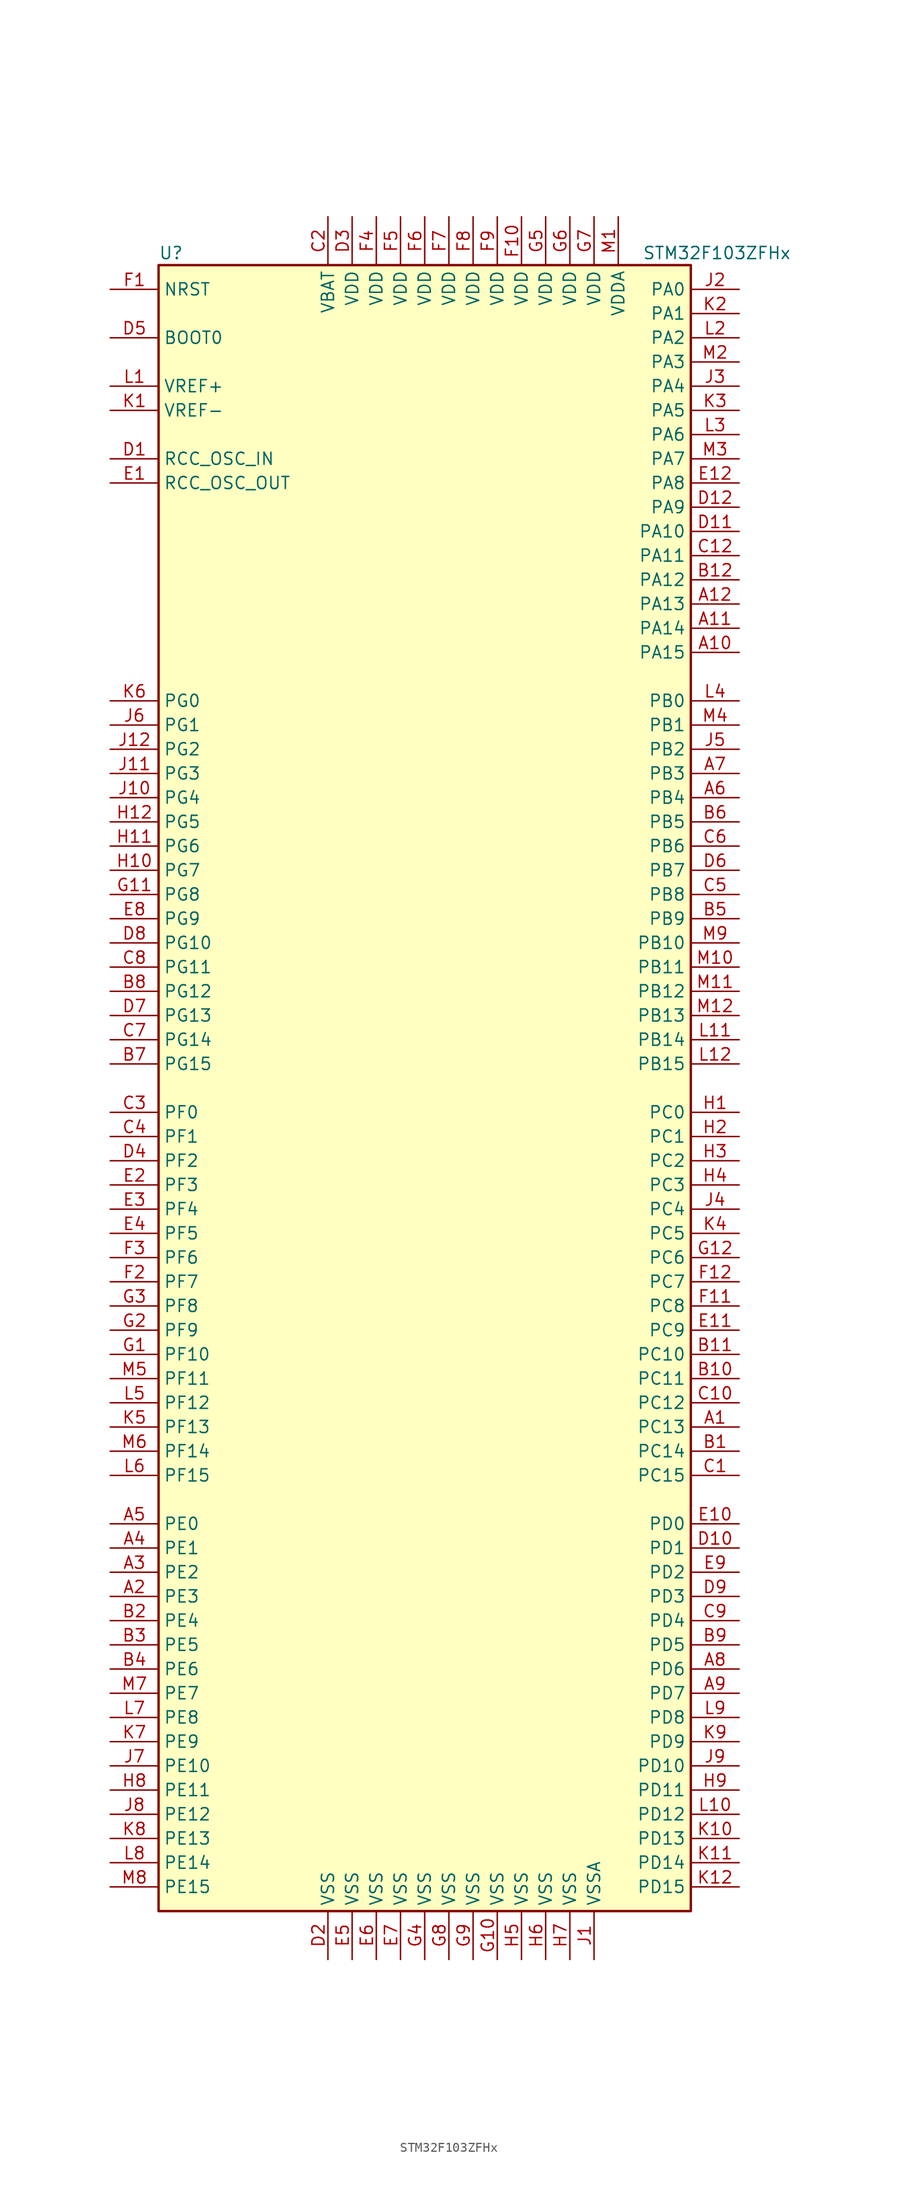
<source format=kicad_sym>
(kicad_symbol_lib
  (version 20201005)
  (generator kicad_symbol_editor)
  (symbol "STM32F103ZFHx"
    (property "Reference" "U"
      (at -27.94 87.63 0)
      (effects (font (size 1.27 1.27)) (justify left)))
    (property "Value" "STM32F103ZFHx"
      (at 22.86 87.63 0)
      (effects (font (size 1.27 1.27)) (justify left)))
    (symbol "STM32F103ZFHx_0_1"
      (rectangle (start -27.94 -86.36) (end 27.94 86.36) (stroke (width 0.254)) (fill (type background))))
    (symbol "STM32F103ZFHx_1_1"
      (pin bidirectional line (at 33.02 -35.56 180) (length 5.08) (name "PC13" (effects (font (size 1.27 1.27)))) (number "A1" (effects (font (size 1.27 1.27)))))
      (pin bidirectional line (at 33.02 45.72 180) (length 5.08) (name "PA15" (effects (font (size 1.27 1.27)))) (number "A10" (effects (font (size 1.27 1.27)))))
      (pin bidirectional line (at 33.02 48.26 180) (length 5.08) (name "PA14" (effects (font (size 1.27 1.27)))) (number "A11" (effects (font (size 1.27 1.27)))))
      (pin bidirectional line (at 33.02 50.8 180) (length 5.08) (name "PA13" (effects (font (size 1.27 1.27)))) (number "A12" (effects (font (size 1.27 1.27)))))
      (pin bidirectional line (at -33.02 -53.34 0) (length 5.08) (name "PE3" (effects (font (size 1.27 1.27)))) (number "A2" (effects (font (size 1.27 1.27)))))
      (pin bidirectional line (at -33.02 -50.8 0) (length 5.08) (name "PE2" (effects (font (size 1.27 1.27)))) (number "A3" (effects (font (size 1.27 1.27)))))
      (pin bidirectional line (at -33.02 -48.26 0) (length 5.08) (name "PE1" (effects (font (size 1.27 1.27)))) (number "A4" (effects (font (size 1.27 1.27)))))
      (pin bidirectional line (at -33.02 -45.72 0) (length 5.08) (name "PE0" (effects (font (size 1.27 1.27)))) (number "A5" (effects (font (size 1.27 1.27)))))
      (pin bidirectional line (at 33.02 30.48 180) (length 5.08) (name "PB4" (effects (font (size 1.27 1.27)))) (number "A6" (effects (font (size 1.27 1.27)))))
      (pin bidirectional line (at 33.02 33.02 180) (length 5.08) (name "PB3" (effects (font (size 1.27 1.27)))) (number "A7" (effects (font (size 1.27 1.27)))))
      (pin bidirectional line (at 33.02 -60.96 180) (length 5.08) (name "PD6" (effects (font (size 1.27 1.27)))) (number "A8" (effects (font (size 1.27 1.27)))))
      (pin bidirectional line (at 33.02 -63.5 180) (length 5.08) (name "PD7" (effects (font (size 1.27 1.27)))) (number "A9" (effects (font (size 1.27 1.27)))))
      (pin bidirectional line (at 33.02 -38.1 180) (length 5.08) (name "PC14" (effects (font (size 1.27 1.27)))) (number "B1" (effects (font (size 1.27 1.27)))))
      (pin bidirectional line (at 33.02 -30.48 180) (length 5.08) (name "PC11" (effects (font (size 1.27 1.27)))) (number "B10" (effects (font (size 1.27 1.27)))))
      (pin bidirectional line (at 33.02 -27.94 180) (length 5.08) (name "PC10" (effects (font (size 1.27 1.27)))) (number "B11" (effects (font (size 1.27 1.27)))))
      (pin bidirectional line (at 33.02 53.34 180) (length 5.08) (name "PA12" (effects (font (size 1.27 1.27)))) (number "B12" (effects (font (size 1.27 1.27)))))
      (pin bidirectional line (at -33.02 -55.88 0) (length 5.08) (name "PE4" (effects (font (size 1.27 1.27)))) (number "B2" (effects (font (size 1.27 1.27)))))
      (pin bidirectional line (at -33.02 -58.42 0) (length 5.08) (name "PE5" (effects (font (size 1.27 1.27)))) (number "B3" (effects (font (size 1.27 1.27)))))
      (pin bidirectional line (at -33.02 -60.96 0) (length 5.08) (name "PE6" (effects (font (size 1.27 1.27)))) (number "B4" (effects (font (size 1.27 1.27)))))
      (pin bidirectional line (at 33.02 17.78 180) (length 5.08) (name "PB9" (effects (font (size 1.27 1.27)))) (number "B5" (effects (font (size 1.27 1.27)))))
      (pin bidirectional line (at 33.02 27.94 180) (length 5.08) (name "PB5" (effects (font (size 1.27 1.27)))) (number "B6" (effects (font (size 1.27 1.27)))))
      (pin bidirectional line (at -33.02 2.54 0) (length 5.08) (name "PG15" (effects (font (size 1.27 1.27)))) (number "B7" (effects (font (size 1.27 1.27)))))
      (pin bidirectional line (at -33.02 10.16 0) (length 5.08) (name "PG12" (effects (font (size 1.27 1.27)))) (number "B8" (effects (font (size 1.27 1.27)))))
      (pin bidirectional line (at 33.02 -58.42 180) (length 5.08) (name "PD5" (effects (font (size 1.27 1.27)))) (number "B9" (effects (font (size 1.27 1.27)))))
      (pin bidirectional line (at 33.02 -40.64 180) (length 5.08) (name "PC15" (effects (font (size 1.27 1.27)))) (number "C1" (effects (font (size 1.27 1.27)))))
      (pin bidirectional line (at 33.02 -33.02 180) (length 5.08) (name "PC12" (effects (font (size 1.27 1.27)))) (number "C10" (effects (font (size 1.27 1.27)))))
      (pin no_connect line (at -27.94 -83.82 0) (length 5.08) hide (name "NC" (effects (font (size 1.27 1.27)))) (number "C11" (effects (font (size 1.27 1.27)))))
      (pin bidirectional line (at 33.02 55.88 180) (length 5.08) (name "PA11" (effects (font (size 1.27 1.27)))) (number "C12" (effects (font (size 1.27 1.27)))))
      (pin power_in line (at -10.16 91.44 270) (length 5.08) (name "VBAT" (effects (font (size 1.27 1.27)))) (number "C2" (effects (font (size 1.27 1.27)))))
      (pin bidirectional line (at -33.02 -2.54 0) (length 5.08) (name "PF0" (effects (font (size 1.27 1.27)))) (number "C3" (effects (font (size 1.27 1.27)))))
      (pin bidirectional line (at -33.02 -5.08 0) (length 5.08) (name "PF1" (effects (font (size 1.27 1.27)))) (number "C4" (effects (font (size 1.27 1.27)))))
      (pin bidirectional line (at 33.02 20.32 180) (length 5.08) (name "PB8" (effects (font (size 1.27 1.27)))) (number "C5" (effects (font (size 1.27 1.27)))))
      (pin bidirectional line (at 33.02 25.4 180) (length 5.08) (name "PB6" (effects (font (size 1.27 1.27)))) (number "C6" (effects (font (size 1.27 1.27)))))
      (pin bidirectional line (at -33.02 5.08 0) (length 5.08) (name "PG14" (effects (font (size 1.27 1.27)))) (number "C7" (effects (font (size 1.27 1.27)))))
      (pin bidirectional line (at -33.02 12.7 0) (length 5.08) (name "PG11" (effects (font (size 1.27 1.27)))) (number "C8" (effects (font (size 1.27 1.27)))))
      (pin bidirectional line (at 33.02 -55.88 180) (length 5.08) (name "PD4" (effects (font (size 1.27 1.27)))) (number "C9" (effects (font (size 1.27 1.27)))))
      (pin input line (at -33.02 66.04 0) (length 5.08) (name "RCC_OSC_IN" (effects (font (size 1.27 1.27)))) (number "D1" (effects (font (size 1.27 1.27)))))
      (pin bidirectional line (at 33.02 -48.26 180) (length 5.08) (name "PD1" (effects (font (size 1.27 1.27)))) (number "D10" (effects (font (size 1.27 1.27)))))
      (pin bidirectional line (at 33.02 58.42 180) (length 5.08) (name "PA10" (effects (font (size 1.27 1.27)))) (number "D11" (effects (font (size 1.27 1.27)))))
      (pin bidirectional line (at 33.02 60.96 180) (length 5.08) (name "PA9" (effects (font (size 1.27 1.27)))) (number "D12" (effects (font (size 1.27 1.27)))))
      (pin power_in line (at -10.16 -91.44 90) (length 5.08) (name "VSS" (effects (font (size 1.27 1.27)))) (number "D2" (effects (font (size 1.27 1.27)))))
      (pin power_in line (at -7.62 91.44 270) (length 5.08) (name "VDD" (effects (font (size 1.27 1.27)))) (number "D3" (effects (font (size 1.27 1.27)))))
      (pin bidirectional line (at -33.02 -7.62 0) (length 5.08) (name "PF2" (effects (font (size 1.27 1.27)))) (number "D4" (effects (font (size 1.27 1.27)))))
      (pin input line (at -33.02 78.74 0) (length 5.08) (name "BOOT0" (effects (font (size 1.27 1.27)))) (number "D5" (effects (font (size 1.27 1.27)))))
      (pin bidirectional line (at 33.02 22.86 180) (length 5.08) (name "PB7" (effects (font (size 1.27 1.27)))) (number "D6" (effects (font (size 1.27 1.27)))))
      (pin bidirectional line (at -33.02 7.62 0) (length 5.08) (name "PG13" (effects (font (size 1.27 1.27)))) (number "D7" (effects (font (size 1.27 1.27)))))
      (pin bidirectional line (at -33.02 15.24 0) (length 5.08) (name "PG10" (effects (font (size 1.27 1.27)))) (number "D8" (effects (font (size 1.27 1.27)))))
      (pin bidirectional line (at 33.02 -53.34 180) (length 5.08) (name "PD3" (effects (font (size 1.27 1.27)))) (number "D9" (effects (font (size 1.27 1.27)))))
      (pin input line (at -33.02 63.5 0) (length 5.08) (name "RCC_OSC_OUT" (effects (font (size 1.27 1.27)))) (number "E1" (effects (font (size 1.27 1.27)))))
      (pin bidirectional line (at 33.02 -45.72 180) (length 5.08) (name "PD0" (effects (font (size 1.27 1.27)))) (number "E10" (effects (font (size 1.27 1.27)))))
      (pin bidirectional line (at 33.02 -25.4 180) (length 5.08) (name "PC9" (effects (font (size 1.27 1.27)))) (number "E11" (effects (font (size 1.27 1.27)))))
      (pin bidirectional line (at 33.02 63.5 180) (length 5.08) (name "PA8" (effects (font (size 1.27 1.27)))) (number "E12" (effects (font (size 1.27 1.27)))))
      (pin bidirectional line (at -33.02 -10.16 0) (length 5.08) (name "PF3" (effects (font (size 1.27 1.27)))) (number "E2" (effects (font (size 1.27 1.27)))))
      (pin bidirectional line (at -33.02 -12.7 0) (length 5.08) (name "PF4" (effects (font (size 1.27 1.27)))) (number "E3" (effects (font (size 1.27 1.27)))))
      (pin bidirectional line (at -33.02 -15.24 0) (length 5.08) (name "PF5" (effects (font (size 1.27 1.27)))) (number "E4" (effects (font (size 1.27 1.27)))))
      (pin power_in line (at -7.62 -91.44 90) (length 5.08) (name "VSS" (effects (font (size 1.27 1.27)))) (number "E5" (effects (font (size 1.27 1.27)))))
      (pin power_in line (at -5.08 -91.44 90) (length 5.08) (name "VSS" (effects (font (size 1.27 1.27)))) (number "E6" (effects (font (size 1.27 1.27)))))
      (pin power_in line (at -2.54 -91.44 90) (length 5.08) (name "VSS" (effects (font (size 1.27 1.27)))) (number "E7" (effects (font (size 1.27 1.27)))))
      (pin bidirectional line (at -33.02 17.78 0) (length 5.08) (name "PG9" (effects (font (size 1.27 1.27)))) (number "E8" (effects (font (size 1.27 1.27)))))
      (pin bidirectional line (at 33.02 -50.8 180) (length 5.08) (name "PD2" (effects (font (size 1.27 1.27)))) (number "E9" (effects (font (size 1.27 1.27)))))
      (pin input line (at -33.02 83.82 0) (length 5.08) (name "NRST" (effects (font (size 1.27 1.27)))) (number "F1" (effects (font (size 1.27 1.27)))))
      (pin power_in line (at 10.16 91.44 270) (length 5.08) (name "VDD" (effects (font (size 1.27 1.27)))) (number "F10" (effects (font (size 1.27 1.27)))))
      (pin bidirectional line (at 33.02 -22.86 180) (length 5.08) (name "PC8" (effects (font (size 1.27 1.27)))) (number "F11" (effects (font (size 1.27 1.27)))))
      (pin bidirectional line (at 33.02 -20.32 180) (length 5.08) (name "PC7" (effects (font (size 1.27 1.27)))) (number "F12" (effects (font (size 1.27 1.27)))))
      (pin bidirectional line (at -33.02 -20.32 0) (length 5.08) (name "PF7" (effects (font (size 1.27 1.27)))) (number "F2" (effects (font (size 1.27 1.27)))))
      (pin bidirectional line (at -33.02 -17.78 0) (length 5.08) (name "PF6" (effects (font (size 1.27 1.27)))) (number "F3" (effects (font (size 1.27 1.27)))))
      (pin power_in line (at -5.08 91.44 270) (length 5.08) (name "VDD" (effects (font (size 1.27 1.27)))) (number "F4" (effects (font (size 1.27 1.27)))))
      (pin power_in line (at -2.54 91.44 270) (length 5.08) (name "VDD" (effects (font (size 1.27 1.27)))) (number "F5" (effects (font (size 1.27 1.27)))))
      (pin power_in line (at 0 91.44 270) (length 5.08) (name "VDD" (effects (font (size 1.27 1.27)))) (number "F6" (effects (font (size 1.27 1.27)))))
      (pin power_in line (at 2.54 91.44 270) (length 5.08) (name "VDD" (effects (font (size 1.27 1.27)))) (number "F7" (effects (font (size 1.27 1.27)))))
      (pin power_in line (at 5.08 91.44 270) (length 5.08) (name "VDD" (effects (font (size 1.27 1.27)))) (number "F8" (effects (font (size 1.27 1.27)))))
      (pin power_in line (at 7.62 91.44 270) (length 5.08) (name "VDD" (effects (font (size 1.27 1.27)))) (number "F9" (effects (font (size 1.27 1.27)))))
      (pin bidirectional line (at -33.02 -27.94 0) (length 5.08) (name "PF10" (effects (font (size 1.27 1.27)))) (number "G1" (effects (font (size 1.27 1.27)))))
      (pin power_in line (at 7.62 -91.44 90) (length 5.08) (name "VSS" (effects (font (size 1.27 1.27)))) (number "G10" (effects (font (size 1.27 1.27)))))
      (pin bidirectional line (at -33.02 20.32 0) (length 5.08) (name "PG8" (effects (font (size 1.27 1.27)))) (number "G11" (effects (font (size 1.27 1.27)))))
      (pin bidirectional line (at 33.02 -17.78 180) (length 5.08) (name "PC6" (effects (font (size 1.27 1.27)))) (number "G12" (effects (font (size 1.27 1.27)))))
      (pin bidirectional line (at -33.02 -25.4 0) (length 5.08) (name "PF9" (effects (font (size 1.27 1.27)))) (number "G2" (effects (font (size 1.27 1.27)))))
      (pin bidirectional line (at -33.02 -22.86 0) (length 5.08) (name "PF8" (effects (font (size 1.27 1.27)))) (number "G3" (effects (font (size 1.27 1.27)))))
      (pin power_in line (at 0 -91.44 90) (length 5.08) (name "VSS" (effects (font (size 1.27 1.27)))) (number "G4" (effects (font (size 1.27 1.27)))))
      (pin power_in line (at 12.7 91.44 270) (length 5.08) (name "VDD" (effects (font (size 1.27 1.27)))) (number "G5" (effects (font (size 1.27 1.27)))))
      (pin power_in line (at 15.24 91.44 270) (length 5.08) (name "VDD" (effects (font (size 1.27 1.27)))) (number "G6" (effects (font (size 1.27 1.27)))))
      (pin power_in line (at 17.78 91.44 270) (length 5.08) (name "VDD" (effects (font (size 1.27 1.27)))) (number "G7" (effects (font (size 1.27 1.27)))))
      (pin power_in line (at 2.54 -91.44 90) (length 5.08) (name "VSS" (effects (font (size 1.27 1.27)))) (number "G8" (effects (font (size 1.27 1.27)))))
      (pin power_in line (at 5.08 -91.44 90) (length 5.08) (name "VSS" (effects (font (size 1.27 1.27)))) (number "G9" (effects (font (size 1.27 1.27)))))
      (pin bidirectional line (at 33.02 -2.54 180) (length 5.08) (name "PC0" (effects (font (size 1.27 1.27)))) (number "H1" (effects (font (size 1.27 1.27)))))
      (pin bidirectional line (at -33.02 22.86 0) (length 5.08) (name "PG7" (effects (font (size 1.27 1.27)))) (number "H10" (effects (font (size 1.27 1.27)))))
      (pin bidirectional line (at -33.02 25.4 0) (length 5.08) (name "PG6" (effects (font (size 1.27 1.27)))) (number "H11" (effects (font (size 1.27 1.27)))))
      (pin bidirectional line (at -33.02 27.94 0) (length 5.08) (name "PG5" (effects (font (size 1.27 1.27)))) (number "H12" (effects (font (size 1.27 1.27)))))
      (pin bidirectional line (at 33.02 -5.08 180) (length 5.08) (name "PC1" (effects (font (size 1.27 1.27)))) (number "H2" (effects (font (size 1.27 1.27)))))
      (pin bidirectional line (at 33.02 -7.62 180) (length 5.08) (name "PC2" (effects (font (size 1.27 1.27)))) (number "H3" (effects (font (size 1.27 1.27)))))
      (pin bidirectional line (at 33.02 -10.16 180) (length 5.08) (name "PC3" (effects (font (size 1.27 1.27)))) (number "H4" (effects (font (size 1.27 1.27)))))
      (pin power_in line (at 10.16 -91.44 90) (length 5.08) (name "VSS" (effects (font (size 1.27 1.27)))) (number "H5" (effects (font (size 1.27 1.27)))))
      (pin power_in line (at 12.7 -91.44 90) (length 5.08) (name "VSS" (effects (font (size 1.27 1.27)))) (number "H6" (effects (font (size 1.27 1.27)))))
      (pin power_in line (at 15.24 -91.44 90) (length 5.08) (name "VSS" (effects (font (size 1.27 1.27)))) (number "H7" (effects (font (size 1.27 1.27)))))
      (pin bidirectional line (at -33.02 -73.66 0) (length 5.08) (name "PE11" (effects (font (size 1.27 1.27)))) (number "H8" (effects (font (size 1.27 1.27)))))
      (pin bidirectional line (at 33.02 -73.66 180) (length 5.08) (name "PD11" (effects (font (size 1.27 1.27)))) (number "H9" (effects (font (size 1.27 1.27)))))
      (pin power_in line (at 17.78 -91.44 90) (length 5.08) (name "VSSA" (effects (font (size 1.27 1.27)))) (number "J1" (effects (font (size 1.27 1.27)))))
      (pin bidirectional line (at -33.02 30.48 0) (length 5.08) (name "PG4" (effects (font (size 1.27 1.27)))) (number "J10" (effects (font (size 1.27 1.27)))))
      (pin bidirectional line (at -33.02 33.02 0) (length 5.08) (name "PG3" (effects (font (size 1.27 1.27)))) (number "J11" (effects (font (size 1.27 1.27)))))
      (pin bidirectional line (at -33.02 35.56 0) (length 5.08) (name "PG2" (effects (font (size 1.27 1.27)))) (number "J12" (effects (font (size 1.27 1.27)))))
      (pin bidirectional line (at 33.02 83.82 180) (length 5.08) (name "PA0" (effects (font (size 1.27 1.27)))) (number "J2" (effects (font (size 1.27 1.27)))))
      (pin bidirectional line (at 33.02 73.66 180) (length 5.08) (name "PA4" (effects (font (size 1.27 1.27)))) (number "J3" (effects (font (size 1.27 1.27)))))
      (pin bidirectional line (at 33.02 -12.7 180) (length 5.08) (name "PC4" (effects (font (size 1.27 1.27)))) (number "J4" (effects (font (size 1.27 1.27)))))
      (pin bidirectional line (at 33.02 35.56 180) (length 5.08) (name "PB2" (effects (font (size 1.27 1.27)))) (number "J5" (effects (font (size 1.27 1.27)))))
      (pin bidirectional line (at -33.02 38.1 0) (length 5.08) (name "PG1" (effects (font (size 1.27 1.27)))) (number "J6" (effects (font (size 1.27 1.27)))))
      (pin bidirectional line (at -33.02 -71.12 0) (length 5.08) (name "PE10" (effects (font (size 1.27 1.27)))) (number "J7" (effects (font (size 1.27 1.27)))))
      (pin bidirectional line (at -33.02 -76.2 0) (length 5.08) (name "PE12" (effects (font (size 1.27 1.27)))) (number "J8" (effects (font (size 1.27 1.27)))))
      (pin bidirectional line (at 33.02 -71.12 180) (length 5.08) (name "PD10" (effects (font (size 1.27 1.27)))) (number "J9" (effects (font (size 1.27 1.27)))))
      (pin power_in line (at -33.02 71.12 0) (length 5.08) (name "VREF-" (effects (font (size 1.27 1.27)))) (number "K1" (effects (font (size 1.27 1.27)))))
      (pin bidirectional line (at 33.02 -78.74 180) (length 5.08) (name "PD13" (effects (font (size 1.27 1.27)))) (number "K10" (effects (font (size 1.27 1.27)))))
      (pin bidirectional line (at 33.02 -81.28 180) (length 5.08) (name "PD14" (effects (font (size 1.27 1.27)))) (number "K11" (effects (font (size 1.27 1.27)))))
      (pin bidirectional line (at 33.02 -83.82 180) (length 5.08) (name "PD15" (effects (font (size 1.27 1.27)))) (number "K12" (effects (font (size 1.27 1.27)))))
      (pin bidirectional line (at 33.02 81.28 180) (length 5.08) (name "PA1" (effects (font (size 1.27 1.27)))) (number "K2" (effects (font (size 1.27 1.27)))))
      (pin bidirectional line (at 33.02 71.12 180) (length 5.08) (name "PA5" (effects (font (size 1.27 1.27)))) (number "K3" (effects (font (size 1.27 1.27)))))
      (pin bidirectional line (at 33.02 -15.24 180) (length 5.08) (name "PC5" (effects (font (size 1.27 1.27)))) (number "K4" (effects (font (size 1.27 1.27)))))
      (pin bidirectional line (at -33.02 -35.56 0) (length 5.08) (name "PF13" (effects (font (size 1.27 1.27)))) (number "K5" (effects (font (size 1.27 1.27)))))
      (pin bidirectional line (at -33.02 40.64 0) (length 5.08) (name "PG0" (effects (font (size 1.27 1.27)))) (number "K6" (effects (font (size 1.27 1.27)))))
      (pin bidirectional line (at -33.02 -68.58 0) (length 5.08) (name "PE9" (effects (font (size 1.27 1.27)))) (number "K7" (effects (font (size 1.27 1.27)))))
      (pin bidirectional line (at -33.02 -78.74 0) (length 5.08) (name "PE13" (effects (font (size 1.27 1.27)))) (number "K8" (effects (font (size 1.27 1.27)))))
      (pin bidirectional line (at 33.02 -68.58 180) (length 5.08) (name "PD9" (effects (font (size 1.27 1.27)))) (number "K9" (effects (font (size 1.27 1.27)))))
      (pin power_in line (at -33.02 73.66 0) (length 5.08) (name "VREF+" (effects (font (size 1.27 1.27)))) (number "L1" (effects (font (size 1.27 1.27)))))
      (pin bidirectional line (at 33.02 -76.2 180) (length 5.08) (name "PD12" (effects (font (size 1.27 1.27)))) (number "L10" (effects (font (size 1.27 1.27)))))
      (pin bidirectional line (at 33.02 5.08 180) (length 5.08) (name "PB14" (effects (font (size 1.27 1.27)))) (number "L11" (effects (font (size 1.27 1.27)))))
      (pin bidirectional line (at 33.02 2.54 180) (length 5.08) (name "PB15" (effects (font (size 1.27 1.27)))) (number "L12" (effects (font (size 1.27 1.27)))))
      (pin bidirectional line (at 33.02 78.74 180) (length 5.08) (name "PA2" (effects (font (size 1.27 1.27)))) (number "L2" (effects (font (size 1.27 1.27)))))
      (pin bidirectional line (at 33.02 68.58 180) (length 5.08) (name "PA6" (effects (font (size 1.27 1.27)))) (number "L3" (effects (font (size 1.27 1.27)))))
      (pin bidirectional line (at 33.02 40.64 180) (length 5.08) (name "PB0" (effects (font (size 1.27 1.27)))) (number "L4" (effects (font (size 1.27 1.27)))))
      (pin bidirectional line (at -33.02 -33.02 0) (length 5.08) (name "PF12" (effects (font (size 1.27 1.27)))) (number "L5" (effects (font (size 1.27 1.27)))))
      (pin bidirectional line (at -33.02 -40.64 0) (length 5.08) (name "PF15" (effects (font (size 1.27 1.27)))) (number "L6" (effects (font (size 1.27 1.27)))))
      (pin bidirectional line (at -33.02 -66.04 0) (length 5.08) (name "PE8" (effects (font (size 1.27 1.27)))) (number "L7" (effects (font (size 1.27 1.27)))))
      (pin bidirectional line (at -33.02 -81.28 0) (length 5.08) (name "PE14" (effects (font (size 1.27 1.27)))) (number "L8" (effects (font (size 1.27 1.27)))))
      (pin bidirectional line (at 33.02 -66.04 180) (length 5.08) (name "PD8" (effects (font (size 1.27 1.27)))) (number "L9" (effects (font (size 1.27 1.27)))))
      (pin power_in line (at 20.32 91.44 270) (length 5.08) (name "VDDA" (effects (font (size 1.27 1.27)))) (number "M1" (effects (font (size 1.27 1.27)))))
      (pin bidirectional line (at 33.02 12.7 180) (length 5.08) (name "PB11" (effects (font (size 1.27 1.27)))) (number "M10" (effects (font (size 1.27 1.27)))))
      (pin bidirectional line (at 33.02 10.16 180) (length 5.08) (name "PB12" (effects (font (size 1.27 1.27)))) (number "M11" (effects (font (size 1.27 1.27)))))
      (pin bidirectional line (at 33.02 7.62 180) (length 5.08) (name "PB13" (effects (font (size 1.27 1.27)))) (number "M12" (effects (font (size 1.27 1.27)))))
      (pin bidirectional line (at 33.02 76.2 180) (length 5.08) (name "PA3" (effects (font (size 1.27 1.27)))) (number "M2" (effects (font (size 1.27 1.27)))))
      (pin bidirectional line (at 33.02 66.04 180) (length 5.08) (name "PA7" (effects (font (size 1.27 1.27)))) (number "M3" (effects (font (size 1.27 1.27)))))
      (pin bidirectional line (at 33.02 38.1 180) (length 5.08) (name "PB1" (effects (font (size 1.27 1.27)))) (number "M4" (effects (font (size 1.27 1.27)))))
      (pin bidirectional line (at -33.02 -30.48 0) (length 5.08) (name "PF11" (effects (font (size 1.27 1.27)))) (number "M5" (effects (font (size 1.27 1.27)))))
      (pin bidirectional line (at -33.02 -38.1 0) (length 5.08) (name "PF14" (effects (font (size 1.27 1.27)))) (number "M6" (effects (font (size 1.27 1.27)))))
      (pin bidirectional line (at -33.02 -63.5 0) (length 5.08) (name "PE7" (effects (font (size 1.27 1.27)))) (number "M7" (effects (font (size 1.27 1.27)))))
      (pin bidirectional line (at -33.02 -83.82 0) (length 5.08) (name "PE15" (effects (font (size 1.27 1.27)))) (number "M8" (effects (font (size 1.27 1.27)))))
      (pin bidirectional line (at 33.02 15.24 180) (length 5.08) (name "PB10" (effects (font (size 1.27 1.27)))) (number "M9" (effects (font (size 1.27 1.27))))))))
</source>
